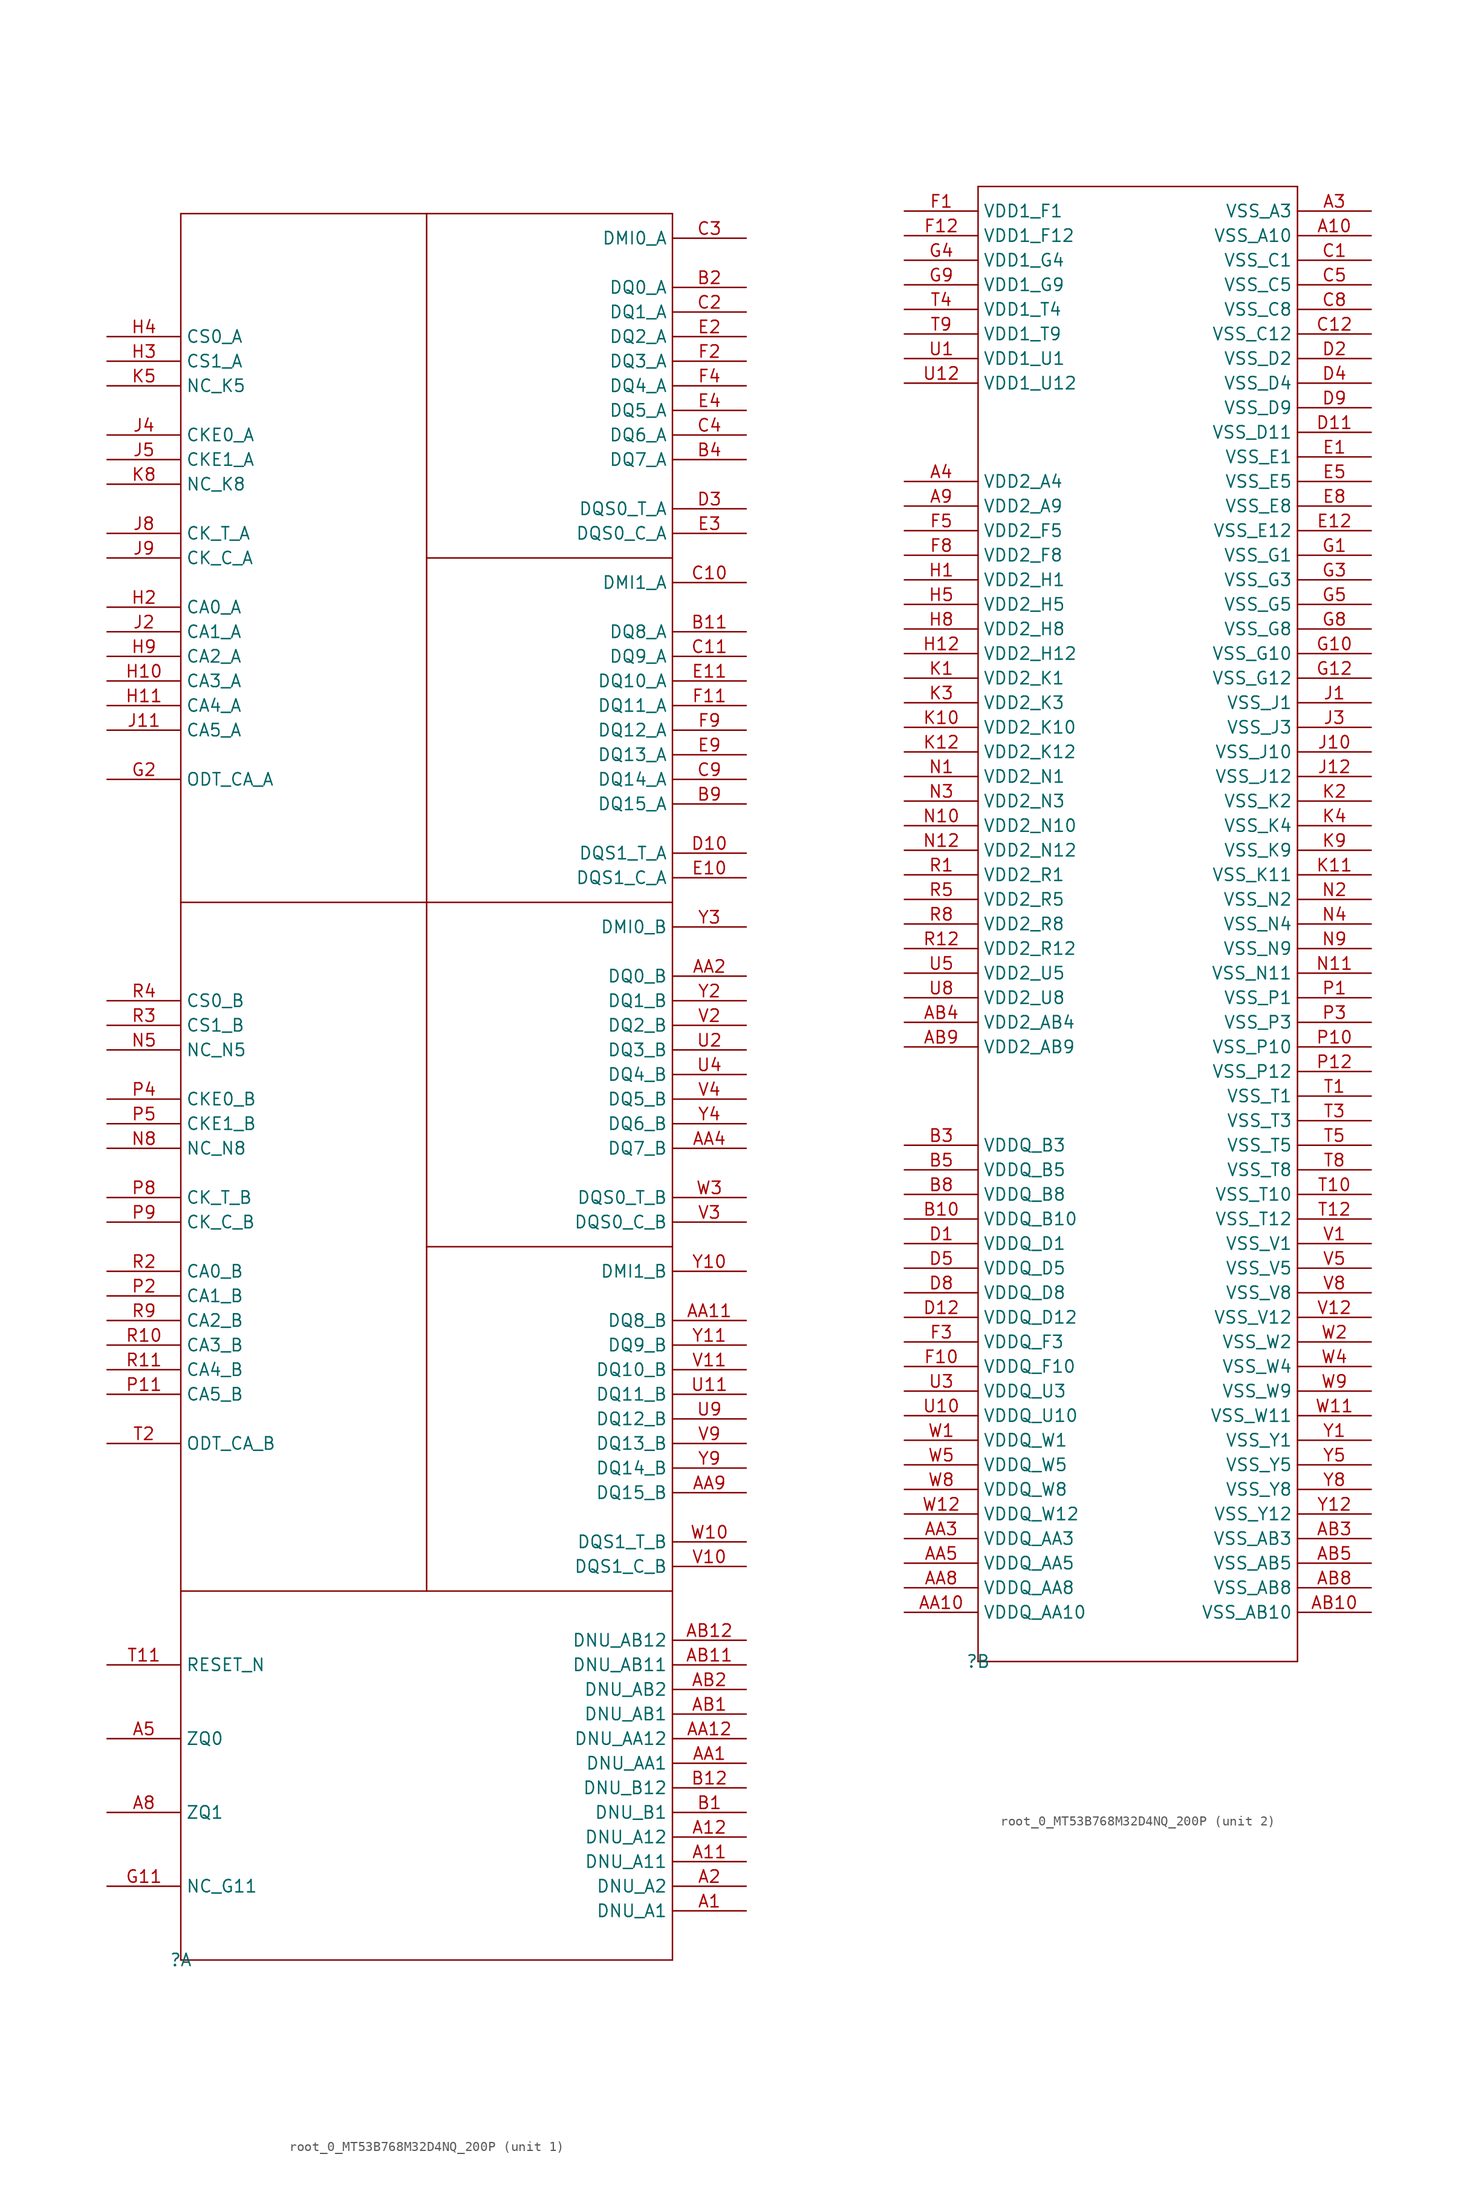
<source format=kicad_sym>
(kicad_symbol_lib
  (version 20220914)
  (generator kicad_symbol_editor)
  (symbol "root_0_MT53B768M32D4NQ_200P"
    (property "Reference" ""
      (at 0 0 0)
      (effects (font (size 1.27 1.27))))
    (property "Value" ""
      (at 0 0 0)
      (effects (font (size 1.27 1.27))))
    (symbol "root_0_MT53B768M32D4NQ_200P_1_0"
      (polyline (pts (xy 0 0) (xy 0 180.34)) (stroke (width 0) (type solid)) (fill (type none)))
      (polyline (pts (xy 0 180.34) (xy 50.8 180.34)) (stroke (width 0) (type solid)) (fill (type none)))
      (polyline (pts (xy 25.4 180.34) (xy 25.4 38.1)) (stroke (width 0) (type solid)) (fill (type none)))
      (polyline (pts (xy 50.8 0) (xy 0 0)) (stroke (width 0) (type solid)) (fill (type none)))
      (polyline (pts (xy 50.8 38.1) (xy 0 38.1)) (stroke (width 0) (type solid)) (fill (type none)))
      (polyline (pts (xy 50.8 73.66) (xy 25.4 73.66)) (stroke (width 0) (type solid)) (fill (type none)))
      (polyline (pts (xy 50.8 109.22) (xy 0 109.22)) (stroke (width 0) (type solid)) (fill (type none)))
      (polyline (pts (xy 50.8 144.78) (xy 25.4 144.78)) (stroke (width 0) (type solid)) (fill (type none)))
      (polyline (pts (xy 50.8 180.34) (xy 50.8 0)) (stroke (width 0) (type solid)) (fill (type none)))
      (pin passive line (at 58.42 5.08 180) (length 7.62) (name "DNU_A1" (effects (font (size 1.27 1.27)))) (number "A1" (effects (font (size 1.27 1.27)))))
      (pin passive line (at 58.42 10.16 180) (length 7.62) (name "DNU_A11" (effects (font (size 1.27 1.27)))) (number "A11" (effects (font (size 1.27 1.27)))))
      (pin passive line (at 58.42 12.7 180) (length 7.62) (name "DNU_A12" (effects (font (size 1.27 1.27)))) (number "A12" (effects (font (size 1.27 1.27)))))
      (pin passive line (at 58.42 7.62 180) (length 7.62) (name "DNU_A2" (effects (font (size 1.27 1.27)))) (number "A2" (effects (font (size 1.27 1.27)))))
      (pin passive line (at -7.62 22.86 0) (length 7.62) (name "ZQ0" (effects (font (size 1.27 1.27)))) (number "A5" (effects (font (size 1.27 1.27)))))
      (pin passive line (at -7.62 15.24 0) (length 7.62) (name "ZQ1" (effects (font (size 1.27 1.27)))) (number "A8" (effects (font (size 1.27 1.27)))))
      (pin passive line (at 58.42 20.32 180) (length 7.62) (name "DNU_AA1" (effects (font (size 1.27 1.27)))) (number "AA1" (effects (font (size 1.27 1.27)))))
      (pin bidirectional line (at 58.42 66.04 180) (length 7.62) (name "DQ8_B" (effects (font (size 1.27 1.27)))) (number "AA11" (effects (font (size 1.27 1.27)))))
      (pin passive line (at 58.42 22.86 180) (length 7.62) (name "DNU_AA12" (effects (font (size 1.27 1.27)))) (number "AA12" (effects (font (size 1.27 1.27)))))
      (pin bidirectional line (at 58.42 101.6 180) (length 7.62) (name "DQ0_B" (effects (font (size 1.27 1.27)))) (number "AA2" (effects (font (size 1.27 1.27)))))
      (pin bidirectional line (at 58.42 83.82 180) (length 7.62) (name "DQ7_B" (effects (font (size 1.27 1.27)))) (number "AA4" (effects (font (size 1.27 1.27)))))
      (pin bidirectional line (at 58.42 48.26 180) (length 7.62) (name "DQ15_B" (effects (font (size 1.27 1.27)))) (number "AA9" (effects (font (size 1.27 1.27)))))
      (pin passive line (at 58.42 25.4 180) (length 7.62) (name "DNU_AB1" (effects (font (size 1.27 1.27)))) (number "AB1" (effects (font (size 1.27 1.27)))))
      (pin passive line (at 58.42 30.48 180) (length 7.62) (name "DNU_AB11" (effects (font (size 1.27 1.27)))) (number "AB11" (effects (font (size 1.27 1.27)))))
      (pin passive line (at 58.42 33.02 180) (length 7.62) (name "DNU_AB12" (effects (font (size 1.27 1.27)))) (number "AB12" (effects (font (size 1.27 1.27)))))
      (pin passive line (at 58.42 27.94 180) (length 7.62) (name "DNU_AB2" (effects (font (size 1.27 1.27)))) (number "AB2" (effects (font (size 1.27 1.27)))))
      (pin passive line (at 58.42 15.24 180) (length 7.62) (name "DNU_B1" (effects (font (size 1.27 1.27)))) (number "B1" (effects (font (size 1.27 1.27)))))
      (pin bidirectional line (at 58.42 137.16 180) (length 7.62) (name "DQ8_A" (effects (font (size 1.27 1.27)))) (number "B11" (effects (font (size 1.27 1.27)))))
      (pin passive line (at 58.42 17.78 180) (length 7.62) (name "DNU_B12" (effects (font (size 1.27 1.27)))) (number "B12" (effects (font (size 1.27 1.27)))))
      (pin bidirectional line (at 58.42 172.72 180) (length 7.62) (name "DQ0_A" (effects (font (size 1.27 1.27)))) (number "B2" (effects (font (size 1.27 1.27)))))
      (pin bidirectional line (at 58.42 154.94 180) (length 7.62) (name "DQ7_A" (effects (font (size 1.27 1.27)))) (number "B4" (effects (font (size 1.27 1.27)))))
      (pin bidirectional line (at 58.42 119.38 180) (length 7.62) (name "DQ15_A" (effects (font (size 1.27 1.27)))) (number "B9" (effects (font (size 1.27 1.27)))))
      (pin bidirectional line (at 58.42 142.24 180) (length 7.62) (name "DMI1_A" (effects (font (size 1.27 1.27)))) (number "C10" (effects (font (size 1.27 1.27)))))
      (pin bidirectional line (at 58.42 134.62 180) (length 7.62) (name "DQ9_A" (effects (font (size 1.27 1.27)))) (number "C11" (effects (font (size 1.27 1.27)))))
      (pin bidirectional line (at 58.42 170.18 180) (length 7.62) (name "DQ1_A" (effects (font (size 1.27 1.27)))) (number "C2" (effects (font (size 1.27 1.27)))))
      (pin bidirectional line (at 58.42 177.8 180) (length 7.62) (name "DMI0_A" (effects (font (size 1.27 1.27)))) (number "C3" (effects (font (size 1.27 1.27)))))
      (pin bidirectional line (at 58.42 157.48 180) (length 7.62) (name "DQ6_A" (effects (font (size 1.27 1.27)))) (number "C4" (effects (font (size 1.27 1.27)))))
      (pin bidirectional line (at 58.42 121.92 180) (length 7.62) (name "DQ14_A" (effects (font (size 1.27 1.27)))) (number "C9" (effects (font (size 1.27 1.27)))))
      (pin bidirectional line (at 58.42 114.3 180) (length 7.62) (name "DQS1_T_A" (effects (font (size 1.27 1.27)))) (number "D10" (effects (font (size 1.27 1.27)))))
      (pin bidirectional line (at 58.42 149.86 180) (length 7.62) (name "DQS0_T_A" (effects (font (size 1.27 1.27)))) (number "D3" (effects (font (size 1.27 1.27)))))
      (pin bidirectional line (at 58.42 111.76 180) (length 7.62) (name "DQS1_C_A" (effects (font (size 1.27 1.27)))) (number "E10" (effects (font (size 1.27 1.27)))))
      (pin bidirectional line (at 58.42 132.08 180) (length 7.62) (name "DQ10_A" (effects (font (size 1.27 1.27)))) (number "E11" (effects (font (size 1.27 1.27)))))
      (pin bidirectional line (at 58.42 167.64 180) (length 7.62) (name "DQ2_A" (effects (font (size 1.27 1.27)))) (number "E2" (effects (font (size 1.27 1.27)))))
      (pin bidirectional line (at 58.42 147.32 180) (length 7.62) (name "DQS0_C_A" (effects (font (size 1.27 1.27)))) (number "E3" (effects (font (size 1.27 1.27)))))
      (pin bidirectional line (at 58.42 160.02 180) (length 7.62) (name "DQ5_A" (effects (font (size 1.27 1.27)))) (number "E4" (effects (font (size 1.27 1.27)))))
      (pin bidirectional line (at 58.42 124.46 180) (length 7.62) (name "DQ13_A" (effects (font (size 1.27 1.27)))) (number "E9" (effects (font (size 1.27 1.27)))))
      (pin bidirectional line (at 58.42 129.54 180) (length 7.62) (name "DQ11_A" (effects (font (size 1.27 1.27)))) (number "F11" (effects (font (size 1.27 1.27)))))
      (pin bidirectional line (at 58.42 165.1 180) (length 7.62) (name "DQ3_A" (effects (font (size 1.27 1.27)))) (number "F2" (effects (font (size 1.27 1.27)))))
      (pin bidirectional line (at 58.42 162.56 180) (length 7.62) (name "DQ4_A" (effects (font (size 1.27 1.27)))) (number "F4" (effects (font (size 1.27 1.27)))))
      (pin bidirectional line (at 58.42 127 180) (length 7.62) (name "DQ12_A" (effects (font (size 1.27 1.27)))) (number "F9" (effects (font (size 1.27 1.27)))))
      (pin passive line (at -7.62 7.62 0) (length 7.62) (name "NC_G11" (effects (font (size 1.27 1.27)))) (number "G11" (effects (font (size 1.27 1.27)))))
      (pin passive line (at -7.62 121.92 0) (length 7.62) (name "ODT_CA_A" (effects (font (size 1.27 1.27)))) (number "G2" (effects (font (size 1.27 1.27)))))
      (pin passive line (at -7.62 132.08 0) (length 7.62) (name "CA3_A" (effects (font (size 1.27 1.27)))) (number "H10" (effects (font (size 1.27 1.27)))))
      (pin passive line (at -7.62 129.54 0) (length 7.62) (name "CA4_A" (effects (font (size 1.27 1.27)))) (number "H11" (effects (font (size 1.27 1.27)))))
      (pin passive line (at -7.62 139.7 0) (length 7.62) (name "CA0_A" (effects (font (size 1.27 1.27)))) (number "H2" (effects (font (size 1.27 1.27)))))
      (pin passive line (at -7.62 165.1 0) (length 7.62) (name "CS1_A" (effects (font (size 1.27 1.27)))) (number "H3" (effects (font (size 1.27 1.27)))))
      (pin passive line (at -7.62 167.64 0) (length 7.62) (name "CS0_A" (effects (font (size 1.27 1.27)))) (number "H4" (effects (font (size 1.27 1.27)))))
      (pin passive line (at -7.62 134.62 0) (length 7.62) (name "CA2_A" (effects (font (size 1.27 1.27)))) (number "H9" (effects (font (size 1.27 1.27)))))
      (pin passive line (at -7.62 127 0) (length 7.62) (name "CA5_A" (effects (font (size 1.27 1.27)))) (number "J11" (effects (font (size 1.27 1.27)))))
      (pin passive line (at -7.62 137.16 0) (length 7.62) (name "CA1_A" (effects (font (size 1.27 1.27)))) (number "J2" (effects (font (size 1.27 1.27)))))
      (pin passive line (at -7.62 157.48 0) (length 7.62) (name "CKE0_A" (effects (font (size 1.27 1.27)))) (number "J4" (effects (font (size 1.27 1.27)))))
      (pin passive line (at -7.62 154.94 0) (length 7.62) (name "CKE1_A" (effects (font (size 1.27 1.27)))) (number "J5" (effects (font (size 1.27 1.27)))))
      (pin passive line (at -7.62 147.32 0) (length 7.62) (name "CK_T_A" (effects (font (size 1.27 1.27)))) (number "J8" (effects (font (size 1.27 1.27)))))
      (pin passive line (at -7.62 144.78 0) (length 7.62) (name "CK_C_A" (effects (font (size 1.27 1.27)))) (number "J9" (effects (font (size 1.27 1.27)))))
      (pin passive line (at -7.62 162.56 0) (length 7.62) (name "NC_K5" (effects (font (size 1.27 1.27)))) (number "K5" (effects (font (size 1.27 1.27)))))
      (pin passive line (at -7.62 152.4 0) (length 7.62) (name "NC_K8" (effects (font (size 1.27 1.27)))) (number "K8" (effects (font (size 1.27 1.27)))))
      (pin passive line (at -7.62 93.98 0) (length 7.62) (name "NC_N5" (effects (font (size 1.27 1.27)))) (number "N5" (effects (font (size 1.27 1.27)))))
      (pin passive line (at -7.62 83.82 0) (length 7.62) (name "NC_N8" (effects (font (size 1.27 1.27)))) (number "N8" (effects (font (size 1.27 1.27)))))
      (pin passive line (at -7.62 58.42 0) (length 7.62) (name "CA5_B" (effects (font (size 1.27 1.27)))) (number "P11" (effects (font (size 1.27 1.27)))))
      (pin passive line (at -7.62 68.58 0) (length 7.62) (name "CA1_B" (effects (font (size 1.27 1.27)))) (number "P2" (effects (font (size 1.27 1.27)))))
      (pin passive line (at -7.62 88.9 0) (length 7.62) (name "CKE0_B" (effects (font (size 1.27 1.27)))) (number "P4" (effects (font (size 1.27 1.27)))))
      (pin passive line (at -7.62 86.36 0) (length 7.62) (name "CKE1_B" (effects (font (size 1.27 1.27)))) (number "P5" (effects (font (size 1.27 1.27)))))
      (pin passive line (at -7.62 78.74 0) (length 7.62) (name "CK_T_B" (effects (font (size 1.27 1.27)))) (number "P8" (effects (font (size 1.27 1.27)))))
      (pin passive line (at -7.62 76.2 0) (length 7.62) (name "CK_C_B" (effects (font (size 1.27 1.27)))) (number "P9" (effects (font (size 1.27 1.27)))))
      (pin passive line (at -7.62 63.5 0) (length 7.62) (name "CA3_B" (effects (font (size 1.27 1.27)))) (number "R10" (effects (font (size 1.27 1.27)))))
      (pin passive line (at -7.62 60.96 0) (length 7.62) (name "CA4_B" (effects (font (size 1.27 1.27)))) (number "R11" (effects (font (size 1.27 1.27)))))
      (pin passive line (at -7.62 71.12 0) (length 7.62) (name "CA0_B" (effects (font (size 1.27 1.27)))) (number "R2" (effects (font (size 1.27 1.27)))))
      (pin passive line (at -7.62 96.52 0) (length 7.62) (name "CS1_B" (effects (font (size 1.27 1.27)))) (number "R3" (effects (font (size 1.27 1.27)))))
      (pin passive line (at -7.62 99.06 0) (length 7.62) (name "CS0_B" (effects (font (size 1.27 1.27)))) (number "R4" (effects (font (size 1.27 1.27)))))
      (pin passive line (at -7.62 66.04 0) (length 7.62) (name "CA2_B" (effects (font (size 1.27 1.27)))) (number "R9" (effects (font (size 1.27 1.27)))))
      (pin passive line (at -7.62 30.48 0) (length 7.62) (name "RESET_N" (effects (font (size 1.27 1.27)))) (number "T11" (effects (font (size 1.27 1.27)))))
      (pin passive line (at -7.62 53.34 0) (length 7.62) (name "ODT_CA_B" (effects (font (size 1.27 1.27)))) (number "T2" (effects (font (size 1.27 1.27)))))
      (pin bidirectional line (at 58.42 58.42 180) (length 7.62) (name "DQ11_B" (effects (font (size 1.27 1.27)))) (number "U11" (effects (font (size 1.27 1.27)))))
      (pin bidirectional line (at 58.42 93.98 180) (length 7.62) (name "DQ3_B" (effects (font (size 1.27 1.27)))) (number "U2" (effects (font (size 1.27 1.27)))))
      (pin bidirectional line (at 58.42 91.44 180) (length 7.62) (name "DQ4_B" (effects (font (size 1.27 1.27)))) (number "U4" (effects (font (size 1.27 1.27)))))
      (pin bidirectional line (at 58.42 55.88 180) (length 7.62) (name "DQ12_B" (effects (font (size 1.27 1.27)))) (number "U9" (effects (font (size 1.27 1.27)))))
      (pin bidirectional line (at 58.42 40.64 180) (length 7.62) (name "DQS1_C_B" (effects (font (size 1.27 1.27)))) (number "V10" (effects (font (size 1.27 1.27)))))
      (pin bidirectional line (at 58.42 60.96 180) (length 7.62) (name "DQ10_B" (effects (font (size 1.27 1.27)))) (number "V11" (effects (font (size 1.27 1.27)))))
      (pin bidirectional line (at 58.42 96.52 180) (length 7.62) (name "DQ2_B" (effects (font (size 1.27 1.27)))) (number "V2" (effects (font (size 1.27 1.27)))))
      (pin bidirectional line (at 58.42 76.2 180) (length 7.62) (name "DQS0_C_B" (effects (font (size 1.27 1.27)))) (number "V3" (effects (font (size 1.27 1.27)))))
      (pin bidirectional line (at 58.42 88.9 180) (length 7.62) (name "DQ5_B" (effects (font (size 1.27 1.27)))) (number "V4" (effects (font (size 1.27 1.27)))))
      (pin bidirectional line (at 58.42 53.34 180) (length 7.62) (name "DQ13_B" (effects (font (size 1.27 1.27)))) (number "V9" (effects (font (size 1.27 1.27)))))
      (pin bidirectional line (at 58.42 43.18 180) (length 7.62) (name "DQS1_T_B" (effects (font (size 1.27 1.27)))) (number "W10" (effects (font (size 1.27 1.27)))))
      (pin bidirectional line (at 58.42 78.74 180) (length 7.62) (name "DQS0_T_B" (effects (font (size 1.27 1.27)))) (number "W3" (effects (font (size 1.27 1.27)))))
      (pin bidirectional line (at 58.42 71.12 180) (length 7.62) (name "DMI1_B" (effects (font (size 1.27 1.27)))) (number "Y10" (effects (font (size 1.27 1.27)))))
      (pin bidirectional line (at 58.42 63.5 180) (length 7.62) (name "DQ9_B" (effects (font (size 1.27 1.27)))) (number "Y11" (effects (font (size 1.27 1.27)))))
      (pin bidirectional line (at 58.42 99.06 180) (length 7.62) (name "DQ1_B" (effects (font (size 1.27 1.27)))) (number "Y2" (effects (font (size 1.27 1.27)))))
      (pin bidirectional line (at 58.42 106.68 180) (length 7.62) (name "DMI0_B" (effects (font (size 1.27 1.27)))) (number "Y3" (effects (font (size 1.27 1.27)))))
      (pin bidirectional line (at 58.42 86.36 180) (length 7.62) (name "DQ6_B" (effects (font (size 1.27 1.27)))) (number "Y4" (effects (font (size 1.27 1.27)))))
      (pin bidirectional line (at 58.42 50.8 180) (length 7.62) (name "DQ14_B" (effects (font (size 1.27 1.27)))) (number "Y9" (effects (font (size 1.27 1.27))))))
    (symbol "root_0_MT53B768M32D4NQ_200P_2_0"
      (polyline (pts (xy 0 0) (xy 0 152.4)) (stroke (width 0) (type solid)) (fill (type none)))
      (polyline (pts (xy 0 152.4) (xy 33.02 152.4)) (stroke (width 0) (type solid)) (fill (type none)))
      (polyline (pts (xy 33.02 0) (xy 0 0)) (stroke (width 0) (type solid)) (fill (type none)))
      (polyline (pts (xy 33.02 152.4) (xy 33.02 0)) (stroke (width 0) (type solid)) (fill (type none)))
      (pin power_in line (at 40.64 147.32 180) (length 7.62) (name "VSS_A10" (effects (font (size 1.27 1.27)))) (number "A10" (effects (font (size 1.27 1.27)))))
      (pin power_in line (at 40.64 149.86 180) (length 7.62) (name "VSS_A3" (effects (font (size 1.27 1.27)))) (number "A3" (effects (font (size 1.27 1.27)))))
      (pin power_in line (at -7.62 121.92 0) (length 7.62) (name "VDD2_A4" (effects (font (size 1.27 1.27)))) (number "A4" (effects (font (size 1.27 1.27)))))
      (pin power_in line (at -7.62 119.38 0) (length 7.62) (name "VDD2_A9" (effects (font (size 1.27 1.27)))) (number "A9" (effects (font (size 1.27 1.27)))))
      (pin power_in line (at -7.62 5.08 0) (length 7.62) (name "VDDQ_AA10" (effects (font (size 1.27 1.27)))) (number "AA10" (effects (font (size 1.27 1.27)))))
      (pin power_in line (at -7.62 12.7 0) (length 7.62) (name "VDDQ_AA3" (effects (font (size 1.27 1.27)))) (number "AA3" (effects (font (size 1.27 1.27)))))
      (pin power_in line (at -7.62 10.16 0) (length 7.62) (name "VDDQ_AA5" (effects (font (size 1.27 1.27)))) (number "AA5" (effects (font (size 1.27 1.27)))))
      (pin power_in line (at -7.62 7.62 0) (length 7.62) (name "VDDQ_AA8" (effects (font (size 1.27 1.27)))) (number "AA8" (effects (font (size 1.27 1.27)))))
      (pin power_in line (at 40.64 5.08 180) (length 7.62) (name "VSS_AB10" (effects (font (size 1.27 1.27)))) (number "AB10" (effects (font (size 1.27 1.27)))))
      (pin power_in line (at 40.64 12.7 180) (length 7.62) (name "VSS_AB3" (effects (font (size 1.27 1.27)))) (number "AB3" (effects (font (size 1.27 1.27)))))
      (pin power_in line (at -7.62 66.04 0) (length 7.62) (name "VDD2_AB4" (effects (font (size 1.27 1.27)))) (number "AB4" (effects (font (size 1.27 1.27)))))
      (pin power_in line (at 40.64 10.16 180) (length 7.62) (name "VSS_AB5" (effects (font (size 1.27 1.27)))) (number "AB5" (effects (font (size 1.27 1.27)))))
      (pin power_in line (at 40.64 7.62 180) (length 7.62) (name "VSS_AB8" (effects (font (size 1.27 1.27)))) (number "AB8" (effects (font (size 1.27 1.27)))))
      (pin power_in line (at -7.62 63.5 0) (length 7.62) (name "VDD2_AB9" (effects (font (size 1.27 1.27)))) (number "AB9" (effects (font (size 1.27 1.27)))))
      (pin power_in line (at -7.62 45.72 0) (length 7.62) (name "VDDQ_B10" (effects (font (size 1.27 1.27)))) (number "B10" (effects (font (size 1.27 1.27)))))
      (pin power_in line (at -7.62 53.34 0) (length 7.62) (name "VDDQ_B3" (effects (font (size 1.27 1.27)))) (number "B3" (effects (font (size 1.27 1.27)))))
      (pin power_in line (at -7.62 50.8 0) (length 7.62) (name "VDDQ_B5" (effects (font (size 1.27 1.27)))) (number "B5" (effects (font (size 1.27 1.27)))))
      (pin power_in line (at -7.62 48.26 0) (length 7.62) (name "VDDQ_B8" (effects (font (size 1.27 1.27)))) (number "B8" (effects (font (size 1.27 1.27)))))
      (pin power_in line (at 40.64 144.78 180) (length 7.62) (name "VSS_C1" (effects (font (size 1.27 1.27)))) (number "C1" (effects (font (size 1.27 1.27)))))
      (pin power_in line (at 40.64 137.16 180) (length 7.62) (name "VSS_C12" (effects (font (size 1.27 1.27)))) (number "C12" (effects (font (size 1.27 1.27)))))
      (pin power_in line (at 40.64 142.24 180) (length 7.62) (name "VSS_C5" (effects (font (size 1.27 1.27)))) (number "C5" (effects (font (size 1.27 1.27)))))
      (pin power_in line (at 40.64 139.7 180) (length 7.62) (name "VSS_C8" (effects (font (size 1.27 1.27)))) (number "C8" (effects (font (size 1.27 1.27)))))
      (pin power_in line (at -7.62 43.18 0) (length 7.62) (name "VDDQ_D1" (effects (font (size 1.27 1.27)))) (number "D1" (effects (font (size 1.27 1.27)))))
      (pin power_in line (at 40.64 127 180) (length 7.62) (name "VSS_D11" (effects (font (size 1.27 1.27)))) (number "D11" (effects (font (size 1.27 1.27)))))
      (pin power_in line (at -7.62 35.56 0) (length 7.62) (name "VDDQ_D12" (effects (font (size 1.27 1.27)))) (number "D12" (effects (font (size 1.27 1.27)))))
      (pin power_in line (at 40.64 134.62 180) (length 7.62) (name "VSS_D2" (effects (font (size 1.27 1.27)))) (number "D2" (effects (font (size 1.27 1.27)))))
      (pin power_in line (at 40.64 132.08 180) (length 7.62) (name "VSS_D4" (effects (font (size 1.27 1.27)))) (number "D4" (effects (font (size 1.27 1.27)))))
      (pin power_in line (at -7.62 40.64 0) (length 7.62) (name "VDDQ_D5" (effects (font (size 1.27 1.27)))) (number "D5" (effects (font (size 1.27 1.27)))))
      (pin power_in line (at -7.62 38.1 0) (length 7.62) (name "VDDQ_D8" (effects (font (size 1.27 1.27)))) (number "D8" (effects (font (size 1.27 1.27)))))
      (pin power_in line (at 40.64 129.54 180) (length 7.62) (name "VSS_D9" (effects (font (size 1.27 1.27)))) (number "D9" (effects (font (size 1.27 1.27)))))
      (pin power_in line (at 40.64 124.46 180) (length 7.62) (name "VSS_E1" (effects (font (size 1.27 1.27)))) (number "E1" (effects (font (size 1.27 1.27)))))
      (pin power_in line (at 40.64 116.84 180) (length 7.62) (name "VSS_E12" (effects (font (size 1.27 1.27)))) (number "E12" (effects (font (size 1.27 1.27)))))
      (pin power_in line (at 40.64 121.92 180) (length 7.62) (name "VSS_E5" (effects (font (size 1.27 1.27)))) (number "E5" (effects (font (size 1.27 1.27)))))
      (pin power_in line (at 40.64 119.38 180) (length 7.62) (name "VSS_E8" (effects (font (size 1.27 1.27)))) (number "E8" (effects (font (size 1.27 1.27)))))
      (pin power_in line (at -7.62 149.86 0) (length 7.62) (name "VDD1_F1" (effects (font (size 1.27 1.27)))) (number "F1" (effects (font (size 1.27 1.27)))))
      (pin power_in line (at -7.62 30.48 0) (length 7.62) (name "VDDQ_F10" (effects (font (size 1.27 1.27)))) (number "F10" (effects (font (size 1.27 1.27)))))
      (pin power_in line (at -7.62 147.32 0) (length 7.62) (name "VDD1_F12" (effects (font (size 1.27 1.27)))) (number "F12" (effects (font (size 1.27 1.27)))))
      (pin power_in line (at -7.62 33.02 0) (length 7.62) (name "VDDQ_F3" (effects (font (size 1.27 1.27)))) (number "F3" (effects (font (size 1.27 1.27)))))
      (pin power_in line (at -7.62 116.84 0) (length 7.62) (name "VDD2_F5" (effects (font (size 1.27 1.27)))) (number "F5" (effects (font (size 1.27 1.27)))))
      (pin power_in line (at -7.62 114.3 0) (length 7.62) (name "VDD2_F8" (effects (font (size 1.27 1.27)))) (number "F8" (effects (font (size 1.27 1.27)))))
      (pin power_in line (at 40.64 114.3 180) (length 7.62) (name "VSS_G1" (effects (font (size 1.27 1.27)))) (number "G1" (effects (font (size 1.27 1.27)))))
      (pin power_in line (at 40.64 104.14 180) (length 7.62) (name "VSS_G10" (effects (font (size 1.27 1.27)))) (number "G10" (effects (font (size 1.27 1.27)))))
      (pin power_in line (at 40.64 101.6 180) (length 7.62) (name "VSS_G12" (effects (font (size 1.27 1.27)))) (number "G12" (effects (font (size 1.27 1.27)))))
      (pin power_in line (at 40.64 111.76 180) (length 7.62) (name "VSS_G3" (effects (font (size 1.27 1.27)))) (number "G3" (effects (font (size 1.27 1.27)))))
      (pin power_in line (at -7.62 144.78 0) (length 7.62) (name "VDD1_G4" (effects (font (size 1.27 1.27)))) (number "G4" (effects (font (size 1.27 1.27)))))
      (pin power_in line (at 40.64 109.22 180) (length 7.62) (name "VSS_G5" (effects (font (size 1.27 1.27)))) (number "G5" (effects (font (size 1.27 1.27)))))
      (pin power_in line (at 40.64 106.68 180) (length 7.62) (name "VSS_G8" (effects (font (size 1.27 1.27)))) (number "G8" (effects (font (size 1.27 1.27)))))
      (pin power_in line (at -7.62 142.24 0) (length 7.62) (name "VDD1_G9" (effects (font (size 1.27 1.27)))) (number "G9" (effects (font (size 1.27 1.27)))))
      (pin power_in line (at -7.62 111.76 0) (length 7.62) (name "VDD2_H1" (effects (font (size 1.27 1.27)))) (number "H1" (effects (font (size 1.27 1.27)))))
      (pin power_in line (at -7.62 104.14 0) (length 7.62) (name "VDD2_H12" (effects (font (size 1.27 1.27)))) (number "H12" (effects (font (size 1.27 1.27)))))
      (pin power_in line (at -7.62 109.22 0) (length 7.62) (name "VDD2_H5" (effects (font (size 1.27 1.27)))) (number "H5" (effects (font (size 1.27 1.27)))))
      (pin power_in line (at -7.62 106.68 0) (length 7.62) (name "VDD2_H8" (effects (font (size 1.27 1.27)))) (number "H8" (effects (font (size 1.27 1.27)))))
      (pin power_in line (at 40.64 99.06 180) (length 7.62) (name "VSS_J1" (effects (font (size 1.27 1.27)))) (number "J1" (effects (font (size 1.27 1.27)))))
      (pin power_in line (at 40.64 93.98 180) (length 7.62) (name "VSS_J10" (effects (font (size 1.27 1.27)))) (number "J10" (effects (font (size 1.27 1.27)))))
      (pin power_in line (at 40.64 91.44 180) (length 7.62) (name "VSS_J12" (effects (font (size 1.27 1.27)))) (number "J12" (effects (font (size 1.27 1.27)))))
      (pin power_in line (at 40.64 96.52 180) (length 7.62) (name "VSS_J3" (effects (font (size 1.27 1.27)))) (number "J3" (effects (font (size 1.27 1.27)))))
      (pin power_in line (at -7.62 101.6 0) (length 7.62) (name "VDD2_K1" (effects (font (size 1.27 1.27)))) (number "K1" (effects (font (size 1.27 1.27)))))
      (pin power_in line (at -7.62 96.52 0) (length 7.62) (name "VDD2_K10" (effects (font (size 1.27 1.27)))) (number "K10" (effects (font (size 1.27 1.27)))))
      (pin power_in line (at 40.64 81.28 180) (length 7.62) (name "VSS_K11" (effects (font (size 1.27 1.27)))) (number "K11" (effects (font (size 1.27 1.27)))))
      (pin power_in line (at -7.62 93.98 0) (length 7.62) (name "VDD2_K12" (effects (font (size 1.27 1.27)))) (number "K12" (effects (font (size 1.27 1.27)))))
      (pin power_in line (at 40.64 88.9 180) (length 7.62) (name "VSS_K2" (effects (font (size 1.27 1.27)))) (number "K2" (effects (font (size 1.27 1.27)))))
      (pin power_in line (at -7.62 99.06 0) (length 7.62) (name "VDD2_K3" (effects (font (size 1.27 1.27)))) (number "K3" (effects (font (size 1.27 1.27)))))
      (pin power_in line (at 40.64 86.36 180) (length 7.62) (name "VSS_K4" (effects (font (size 1.27 1.27)))) (number "K4" (effects (font (size 1.27 1.27)))))
      (pin power_in line (at 40.64 83.82 180) (length 7.62) (name "VSS_K9" (effects (font (size 1.27 1.27)))) (number "K9" (effects (font (size 1.27 1.27)))))
      (pin power_in line (at -7.62 91.44 0) (length 7.62) (name "VDD2_N1" (effects (font (size 1.27 1.27)))) (number "N1" (effects (font (size 1.27 1.27)))))
      (pin power_in line (at -7.62 86.36 0) (length 7.62) (name "VDD2_N10" (effects (font (size 1.27 1.27)))) (number "N10" (effects (font (size 1.27 1.27)))))
      (pin power_in line (at 40.64 71.12 180) (length 7.62) (name "VSS_N11" (effects (font (size 1.27 1.27)))) (number "N11" (effects (font (size 1.27 1.27)))))
      (pin power_in line (at -7.62 83.82 0) (length 7.62) (name "VDD2_N12" (effects (font (size 1.27 1.27)))) (number "N12" (effects (font (size 1.27 1.27)))))
      (pin power_in line (at 40.64 78.74 180) (length 7.62) (name "VSS_N2" (effects (font (size 1.27 1.27)))) (number "N2" (effects (font (size 1.27 1.27)))))
      (pin power_in line (at -7.62 88.9 0) (length 7.62) (name "VDD2_N3" (effects (font (size 1.27 1.27)))) (number "N3" (effects (font (size 1.27 1.27)))))
      (pin power_in line (at 40.64 76.2 180) (length 7.62) (name "VSS_N4" (effects (font (size 1.27 1.27)))) (number "N4" (effects (font (size 1.27 1.27)))))
      (pin power_in line (at 40.64 73.66 180) (length 7.62) (name "VSS_N9" (effects (font (size 1.27 1.27)))) (number "N9" (effects (font (size 1.27 1.27)))))
      (pin power_in line (at 40.64 68.58 180) (length 7.62) (name "VSS_P1" (effects (font (size 1.27 1.27)))) (number "P1" (effects (font (size 1.27 1.27)))))
      (pin power_in line (at 40.64 63.5 180) (length 7.62) (name "VSS_P10" (effects (font (size 1.27 1.27)))) (number "P10" (effects (font (size 1.27 1.27)))))
      (pin power_in line (at 40.64 60.96 180) (length 7.62) (name "VSS_P12" (effects (font (size 1.27 1.27)))) (number "P12" (effects (font (size 1.27 1.27)))))
      (pin power_in line (at 40.64 66.04 180) (length 7.62) (name "VSS_P3" (effects (font (size 1.27 1.27)))) (number "P3" (effects (font (size 1.27 1.27)))))
      (pin power_in line (at -7.62 81.28 0) (length 7.62) (name "VDD2_R1" (effects (font (size 1.27 1.27)))) (number "R1" (effects (font (size 1.27 1.27)))))
      (pin power_in line (at -7.62 73.66 0) (length 7.62) (name "VDD2_R12" (effects (font (size 1.27 1.27)))) (number "R12" (effects (font (size 1.27 1.27)))))
      (pin power_in line (at -7.62 78.74 0) (length 7.62) (name "VDD2_R5" (effects (font (size 1.27 1.27)))) (number "R5" (effects (font (size 1.27 1.27)))))
      (pin power_in line (at -7.62 76.2 0) (length 7.62) (name "VDD2_R8" (effects (font (size 1.27 1.27)))) (number "R8" (effects (font (size 1.27 1.27)))))
      (pin power_in line (at 40.64 58.42 180) (length 7.62) (name "VSS_T1" (effects (font (size 1.27 1.27)))) (number "T1" (effects (font (size 1.27 1.27)))))
      (pin power_in line (at 40.64 48.26 180) (length 7.62) (name "VSS_T10" (effects (font (size 1.27 1.27)))) (number "T10" (effects (font (size 1.27 1.27)))))
      (pin power_in line (at 40.64 45.72 180) (length 7.62) (name "VSS_T12" (effects (font (size 1.27 1.27)))) (number "T12" (effects (font (size 1.27 1.27)))))
      (pin power_in line (at 40.64 55.88 180) (length 7.62) (name "VSS_T3" (effects (font (size 1.27 1.27)))) (number "T3" (effects (font (size 1.27 1.27)))))
      (pin power_in line (at -7.62 139.7 0) (length 7.62) (name "VDD1_T4" (effects (font (size 1.27 1.27)))) (number "T4" (effects (font (size 1.27 1.27)))))
      (pin power_in line (at 40.64 53.34 180) (length 7.62) (name "VSS_T5" (effects (font (size 1.27 1.27)))) (number "T5" (effects (font (size 1.27 1.27)))))
      (pin power_in line (at 40.64 50.8 180) (length 7.62) (name "VSS_T8" (effects (font (size 1.27 1.27)))) (number "T8" (effects (font (size 1.27 1.27)))))
      (pin power_in line (at -7.62 137.16 0) (length 7.62) (name "VDD1_T9" (effects (font (size 1.27 1.27)))) (number "T9" (effects (font (size 1.27 1.27)))))
      (pin power_in line (at -7.62 134.62 0) (length 7.62) (name "VDD1_U1" (effects (font (size 1.27 1.27)))) (number "U1" (effects (font (size 1.27 1.27)))))
      (pin power_in line (at -7.62 25.4 0) (length 7.62) (name "VDDQ_U10" (effects (font (size 1.27 1.27)))) (number "U10" (effects (font (size 1.27 1.27)))))
      (pin power_in line (at -7.62 132.08 0) (length 7.62) (name "VDD1_U12" (effects (font (size 1.27 1.27)))) (number "U12" (effects (font (size 1.27 1.27)))))
      (pin power_in line (at -7.62 27.94 0) (length 7.62) (name "VDDQ_U3" (effects (font (size 1.27 1.27)))) (number "U3" (effects (font (size 1.27 1.27)))))
      (pin power_in line (at -7.62 71.12 0) (length 7.62) (name "VDD2_U5" (effects (font (size 1.27 1.27)))) (number "U5" (effects (font (size 1.27 1.27)))))
      (pin power_in line (at -7.62 68.58 0) (length 7.62) (name "VDD2_U8" (effects (font (size 1.27 1.27)))) (number "U8" (effects (font (size 1.27 1.27)))))
      (pin power_in line (at 40.64 43.18 180) (length 7.62) (name "VSS_V1" (effects (font (size 1.27 1.27)))) (number "V1" (effects (font (size 1.27 1.27)))))
      (pin power_in line (at 40.64 35.56 180) (length 7.62) (name "VSS_V12" (effects (font (size 1.27 1.27)))) (number "V12" (effects (font (size 1.27 1.27)))))
      (pin power_in line (at 40.64 40.64 180) (length 7.62) (name "VSS_V5" (effects (font (size 1.27 1.27)))) (number "V5" (effects (font (size 1.27 1.27)))))
      (pin power_in line (at 40.64 38.1 180) (length 7.62) (name "VSS_V8" (effects (font (size 1.27 1.27)))) (number "V8" (effects (font (size 1.27 1.27)))))
      (pin power_in line (at -7.62 22.86 0) (length 7.62) (name "VDDQ_W1" (effects (font (size 1.27 1.27)))) (number "W1" (effects (font (size 1.27 1.27)))))
      (pin power_in line (at 40.64 25.4 180) (length 7.62) (name "VSS_W11" (effects (font (size 1.27 1.27)))) (number "W11" (effects (font (size 1.27 1.27)))))
      (pin power_in line (at -7.62 15.24 0) (length 7.62) (name "VDDQ_W12" (effects (font (size 1.27 1.27)))) (number "W12" (effects (font (size 1.27 1.27)))))
      (pin power_in line (at 40.64 33.02 180) (length 7.62) (name "VSS_W2" (effects (font (size 1.27 1.27)))) (number "W2" (effects (font (size 1.27 1.27)))))
      (pin power_in line (at 40.64 30.48 180) (length 7.62) (name "VSS_W4" (effects (font (size 1.27 1.27)))) (number "W4" (effects (font (size 1.27 1.27)))))
      (pin power_in line (at -7.62 20.32 0) (length 7.62) (name "VDDQ_W5" (effects (font (size 1.27 1.27)))) (number "W5" (effects (font (size 1.27 1.27)))))
      (pin power_in line (at -7.62 17.78 0) (length 7.62) (name "VDDQ_W8" (effects (font (size 1.27 1.27)))) (number "W8" (effects (font (size 1.27 1.27)))))
      (pin power_in line (at 40.64 27.94 180) (length 7.62) (name "VSS_W9" (effects (font (size 1.27 1.27)))) (number "W9" (effects (font (size 1.27 1.27)))))
      (pin power_in line (at 40.64 22.86 180) (length 7.62) (name "VSS_Y1" (effects (font (size 1.27 1.27)))) (number "Y1" (effects (font (size 1.27 1.27)))))
      (pin power_in line (at 40.64 15.24 180) (length 7.62) (name "VSS_Y12" (effects (font (size 1.27 1.27)))) (number "Y12" (effects (font (size 1.27 1.27)))))
      (pin power_in line (at 40.64 20.32 180) (length 7.62) (name "VSS_Y5" (effects (font (size 1.27 1.27)))) (number "Y5" (effects (font (size 1.27 1.27)))))
      (pin power_in line (at 40.64 17.78 180) (length 7.62) (name "VSS_Y8" (effects (font (size 1.27 1.27)))) (number "Y8" (effects (font (size 1.27 1.27))))))))
</source>
